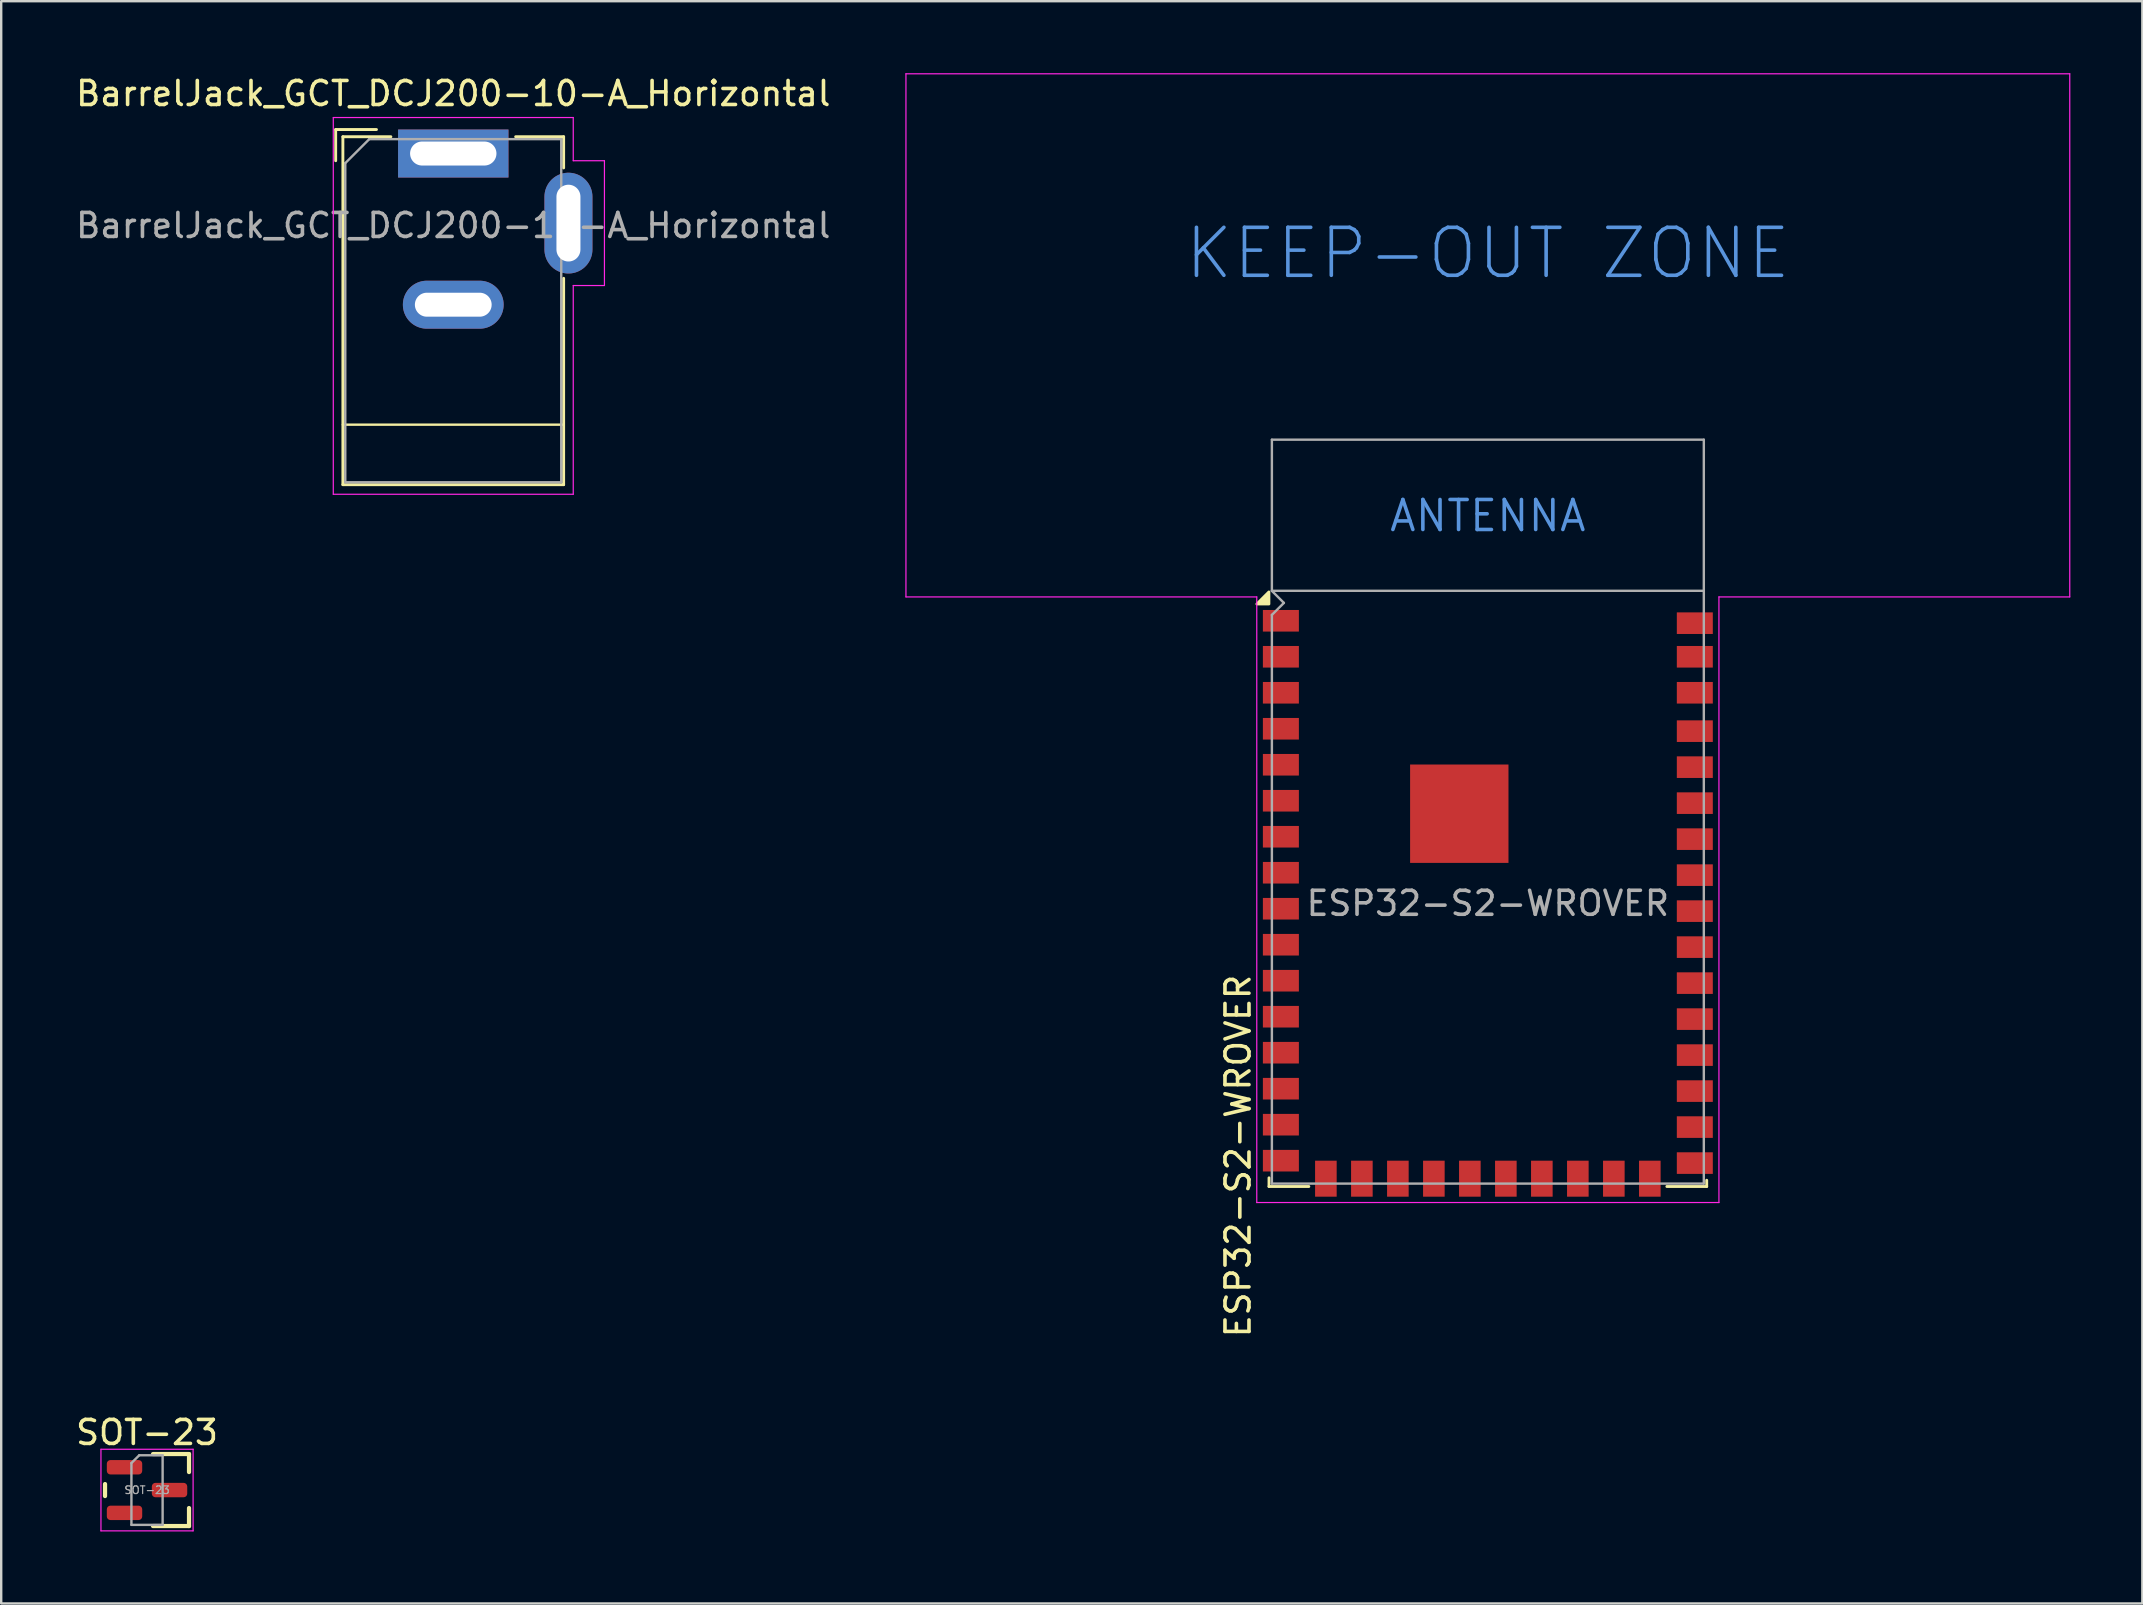
<source format=kicad_pcb>
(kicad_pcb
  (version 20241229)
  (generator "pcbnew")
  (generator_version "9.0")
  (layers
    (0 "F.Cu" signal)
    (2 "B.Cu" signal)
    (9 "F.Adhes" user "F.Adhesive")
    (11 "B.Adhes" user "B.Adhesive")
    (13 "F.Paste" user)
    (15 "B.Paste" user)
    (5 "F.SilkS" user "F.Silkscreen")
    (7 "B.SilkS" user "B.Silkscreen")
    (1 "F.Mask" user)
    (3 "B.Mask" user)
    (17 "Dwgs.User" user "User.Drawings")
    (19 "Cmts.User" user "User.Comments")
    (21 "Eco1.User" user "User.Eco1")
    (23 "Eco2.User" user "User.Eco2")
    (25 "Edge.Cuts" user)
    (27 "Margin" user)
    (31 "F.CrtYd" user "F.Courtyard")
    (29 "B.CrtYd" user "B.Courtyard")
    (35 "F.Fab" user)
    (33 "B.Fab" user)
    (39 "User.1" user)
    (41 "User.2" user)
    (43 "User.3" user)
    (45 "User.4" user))
  (footprint "ESP32-S2-WROVER"
    (layer "F.Cu")
    (at 58.954 34.595)
    (property "Reference" "ESP32-S2-WROVER" (at -10.41 10.53 90) (layer "F.SilkS") (effects (font (size 1 1) (thickness 0.15))))
    (attr smd)
    (fp_line (start -9.12 11.44) (end -9.12 11.8) (stroke (width 0.12) (type solid)) (layer "F.SilkS"))
    (fp_line (start -9.12 11.8) (end -7.46 11.8) (stroke (width 0.12) (type solid)) (layer "F.SilkS"))
    (fp_line (start 9.12 11.54) (end 9.12 11.8) (stroke (width 0.12) (type solid)) (layer "F.SilkS"))
    (fp_line (start 9.12 11.8) (end 7.46 11.8) (stroke (width 0.12) (type solid)) (layer "F.SilkS"))
    (fp_poly (pts (xy -9.125 -12.475) (xy -9.625 -12.475) (xy -9.125 -12.975) (xy -9.125 -12.475)) (stroke (width 0.12) (type solid)) (fill yes) (layer "F.SilkS"))
    (fp_line (start -24.25 -34.57) (end -24.25 -12.77) (stroke (width 0.05) (type solid)) (layer "F.CrtYd"))
    (fp_line (start -24.25 -12.77) (end -9.63 -12.77) (stroke (width 0.05) (type solid)) (layer "F.CrtYd"))
    (fp_line (start -9.63 -12.77) (end -9.63 12.47) (stroke (width 0.05) (type solid)) (layer "F.CrtYd"))
    (fp_line (start -9.63 12.47) (end 9.63 12.47) (stroke (width 0.05) (type solid)) (layer "F.CrtYd"))
    (fp_line (start 9.63 -12.77) (end 24.25 -12.77) (stroke (width 0.05) (type solid)) (layer "F.CrtYd"))
    (fp_line (start 9.63 12.47) (end 9.63 -12.77) (stroke (width 0.05) (type solid)) (layer "F.CrtYd"))
    (fp_line (start 24.25 -34.57) (end -24.25 -34.57) (stroke (width 0.05) (type solid)) (layer "F.CrtYd"))
    (fp_line (start 24.25 -12.77) (end 24.25 -34.57) (stroke (width 0.05) (type solid)) (layer "F.CrtYd"))
    (fp_line (start -9 -19.323) (end 9 -19.323) (stroke (width 0.1) (type solid)) (layer "F.Fab"))
    (fp_line (start -9 -19.32) (end -9 -13.02) (stroke (width 0.1) (type solid)) (layer "F.Fab"))
    (fp_line (start -9 -12.02) (end -9 11.68) (stroke (width 0.1) (type solid)) (layer "F.Fab"))
    (fp_line (start -9 -12.02) (end -8.5 -12.52) (stroke (width 0.1) (type solid)) (layer "F.Fab"))
    (fp_line (start -9 11.68) (end 9 11.68) (stroke (width 0.1) (type solid)) (layer "F.Fab"))
    (fp_line (start -8.5 -12.52) (end -9 -13.02) (stroke (width 0.1) (type solid)) (layer "F.Fab"))
    (fp_line (start 9 -19.32) (end 9 11.68) (stroke (width 0.1) (type solid)) (layer "F.Fab"))
    (fp_line (start 9 -13.023) (end -9 -13.023) (stroke (width 0.1) (type solid)) (layer "F.Fab"))
    (fp_text user "ANTENNA" (at 0 -16.15 0) (layer "Cmts.User") (effects (font (size 1.25 1.25) (thickness 0.15))))
    (fp_text user "KEEP-OUT ZONE" (at 0 -27.09 0) (layer "Cmts.User") (effects (font (size 2 2) (thickness 0.15))))
    (fp_text user "${REFERENCE}" (at 0 0 0) (layer "F.Fab") (effects (font (size 1 1) (thickness 0.15))))
    (pad "1" smd rect (at -8.625 -11.775) (size 1.5 0.9) (layers "F.Cu" "F.Mask" "F.Paste"))
    (pad "2" smd rect (at -8.625 -10.275) (size 1.5 0.9) (layers "F.Cu" "F.Mask" "F.Paste"))
    (pad "3" smd rect (at -8.625 -8.775) (size 1.5 0.9) (layers "F.Cu" "F.Mask" "F.Paste"))
    (pad "4" smd rect (at -8.625 -7.275) (size 1.5 0.9) (layers "F.Cu" "F.Mask" "F.Paste"))
    (pad "5" smd rect (at -8.625 -5.775) (size 1.5 0.9) (layers "F.Cu" "F.Mask" "F.Paste"))
    (pad "6" smd rect (at -8.625 -4.275) (size 1.5 0.9) (layers "F.Cu" "F.Mask" "F.Paste"))
    (pad "7" smd rect (at -8.625 -2.775) (size 1.5 0.9) (layers "F.Cu" "F.Mask" "F.Paste"))
    (pad "8" smd rect (at -8.625 -1.275) (size 1.5 0.9) (layers "F.Cu" "F.Mask" "F.Paste"))
    (pad "9" smd rect (at -8.625 0.225) (size 1.5 0.9) (layers "F.Cu" "F.Mask" "F.Paste"))
    (pad "10" smd rect (at -8.625 1.725) (size 1.5 0.9) (layers "F.Cu" "F.Mask" "F.Paste"))
    (pad "11" smd rect (at -8.625 3.225) (size 1.5 0.9) (layers "F.Cu" "F.Mask" "F.Paste"))
    (pad "12" smd rect (at -8.625 4.725) (size 1.5 0.9) (layers "F.Cu" "F.Mask" "F.Paste"))
    (pad "13" smd rect (at -8.625 6.225) (size 1.5 0.9) (layers "F.Cu" "F.Mask" "F.Paste"))
    (pad "14" smd rect (at -8.625 7.725) (size 1.5 0.9) (layers "F.Cu" "F.Mask" "F.Paste"))
    (pad "15" smd rect (at -8.625 9.225 180) (size 1.5 0.9) (layers "F.Cu" "F.Mask" "F.Paste"))
    (pad "16" smd rect (at -8.625 10.725 180) (size 1.5 0.9) (layers "F.Cu" "F.Mask" "F.Paste"))
    (pad "17" smd rect (at -6.75 11.475) (size 0.9 1.5) (layers "F.Cu" "F.Mask" "F.Paste"))
    (pad "18" smd rect (at -5.25 11.475) (size 0.9 1.5) (layers "F.Cu" "F.Mask" "F.Paste"))
    (pad "19" smd rect (at -3.75 11.475) (size 0.9 1.5) (layers "F.Cu" "F.Mask" "F.Paste"))
    (pad "20" smd rect (at -2.25 11.475) (size 0.9 1.5) (layers "F.Cu" "F.Mask" "F.Paste"))
    (pad "21" smd rect (at -0.75 11.475) (size 0.9 1.5) (layers "F.Cu" "F.Mask" "F.Paste"))
    (pad "22" smd rect (at 0.75 11.475) (size 0.9 1.5) (layers "F.Cu" "F.Mask" "F.Paste"))
    (pad "23" smd rect (at 2.25 11.475) (size 0.9 1.5) (layers "F.Cu" "F.Mask" "F.Paste"))
    (pad "24" smd rect (at 3.75 11.475) (size 0.9 1.5) (layers "F.Cu" "F.Mask" "F.Paste"))
    (pad "25" smd rect (at 5.25 11.475) (size 0.9 1.5) (layers "F.Cu" "F.Mask" "F.Paste"))
    (pad "26" smd rect (at 6.75 11.475) (size 0.9 1.5) (layers "F.Cu" "F.Mask" "F.Paste"))
    (pad "27" smd rect (at 8.625 10.825) (size 1.5 0.9) (layers "F.Cu" "F.Mask" "F.Paste"))
    (pad "28" smd rect (at 8.625 9.325) (size 1.5 0.9) (layers "F.Cu" "F.Mask" "F.Paste"))
    (pad "29" smd rect (at 8.625 7.825) (size 1.5 0.9) (layers "F.Cu" "F.Mask" "F.Paste"))
    (pad "30" smd rect (at 8.625 6.325) (size 1.5 0.9) (layers "F.Cu" "F.Mask" "F.Paste"))
    (pad "31" smd rect (at 8.625 4.825) (size 1.5 0.9) (layers "F.Cu" "F.Mask" "F.Paste"))
    (pad "32" smd rect (at 8.625 3.325) (size 1.5 0.9) (layers "F.Cu" "F.Mask" "F.Paste"))
    (pad "33" smd rect (at 8.625 1.825) (size 1.5 0.9) (layers "F.Cu" "F.Mask" "F.Paste"))
    (pad "34" smd rect (at 8.625 0.325) (size 1.5 0.9) (layers "F.Cu" "F.Mask" "F.Paste"))
    (pad "35" smd rect (at 8.625 -1.175) (size 1.5 0.9) (layers "F.Cu" "F.Mask" "F.Paste"))
    (pad "36" smd rect (at 8.625 -2.675) (size 1.5 0.9) (layers "F.Cu" "F.Mask" "F.Paste"))
    (pad "37" smd rect (at 8.625 -4.175) (size 1.5 0.9) (layers "F.Cu" "F.Mask" "F.Paste"))
    (pad "38" smd rect (at 8.625 -5.675) (size 1.5 0.9) (layers "F.Cu" "F.Mask" "F.Paste"))
    (pad "39" smd rect (at 8.625 -7.175) (size 1.5 0.9) (layers "F.Cu" "F.Mask" "F.Paste"))
    (pad "40" smd rect (at 8.625 -8.775) (size 1.5 0.9) (layers "F.Cu" "F.Mask" "F.Paste"))
    (pad "41" smd rect (at 8.625 -10.275) (size 1.5 0.9) (layers "F.Cu" "F.Mask" "F.Paste"))
    (pad "42" smd rect (at 8.625 -11.675) (size 1.5 0.9) (layers "F.Cu" "F.Mask" "F.Paste"))
    (pad "43" smd rect (at -1.19 -3.735) (size 4.1 4.1) (layers "F.Cu" "F.Mask" "F.Paste"))
    (zone (net_name "") (layers "F.Cu" "B.Cu") (hatch full 0.508) (connect_pads) (min_thickness 0.254) (filled_areas_thickness no) (keepout (tracks not_allowed) (vias not_allowed) (pads not_allowed) (copperpour not_allowed) (footprints not_allowed)) (placement (enabled no)) (fill) (polygon (pts (xy 34.954 21.572) (xy 82.954 21.572) (xy 82.954 0.272) (xy 34.954 0.272)))))
  (footprint "SOT-23"
    (layer "F.Cu")
    (at 3.077 59.046)
    (property "Reference" "SOT-23" (at 0 -2.4 0) (layer "F.SilkS") (effects (font (size 1 1) (thickness 0.15))))
    (attr smd)
    (fp_line (start -1.75 0.25) (end -1.75 -0.25) (stroke (width 0.175) (type default)) (layer "F.SilkS"))
    (fp_line (start 0.25 -1.5) (end 1.75 -1.5) (stroke (width 0.175) (type default)) (layer "F.SilkS"))
    (fp_line (start 1.75 -1.5) (end 1.75 -0.75) (stroke (width 0.175) (type default)) (layer "F.SilkS"))
    (fp_line (start 1.75 0.75) (end 1.75 1.5) (stroke (width 0.175) (type default)) (layer "F.SilkS"))
    (fp_line (start 1.75 1.5) (end 0.25 1.5) (stroke (width 0.175) (type default)) (layer "F.SilkS"))
    (fp_line (start -1.92 -1.7) (end -1.92 1.7) (stroke (width 0.05) (type solid)) (layer "F.CrtYd"))
    (fp_line (start -1.92 1.7) (end 1.92 1.7) (stroke (width 0.05) (type solid)) (layer "F.CrtYd"))
    (fp_line (start 1.92 -1.7) (end -1.92 -1.7) (stroke (width 0.05) (type solid)) (layer "F.CrtYd"))
    (fp_line (start 1.92 1.7) (end 1.92 -1.7) (stroke (width 0.05) (type solid)) (layer "F.CrtYd"))
    (fp_line (start -0.65 -1.125) (end -0.325 -1.45) (stroke (width 0.1) (type solid)) (layer "F.Fab"))
    (fp_line (start -0.65 1.45) (end -0.65 -1.125) (stroke (width 0.1) (type solid)) (layer "F.Fab"))
    (fp_line (start -0.325 -1.45) (end 0.65 -1.45) (stroke (width 0.1) (type solid)) (layer "F.Fab"))
    (fp_line (start 0.65 -1.45) (end 0.65 1.45) (stroke (width 0.1) (type solid)) (layer "F.Fab"))
    (fp_line (start 0.65 1.45) (end -0.65 1.45) (stroke (width 0.1) (type solid)) (layer "F.Fab"))
    (fp_text user "${REFERENCE}" (at 0 0 0) (layer "F.Fab") (effects (font (size 0.32 0.32) (thickness 0.05))))
    (pad "1" smd roundrect (at -0.938 -0.95) (size 1.475 0.6) (layers "F.Cu" "F.Mask" "F.Paste") (roundrect_rratio 0.25))
    (pad "2" smd roundrect (at -0.938 0.95) (size 1.475 0.6) (layers "F.Cu" "F.Mask" "F.Paste") (roundrect_rratio 0.25))
    (pad "3" smd roundrect (at 0.938 0) (size 1.475 0.6) (layers "F.Cu" "F.Mask" "F.Paste") (roundrect_rratio 0.25)))
  (footprint "BarrelJack_GCT_DCJ200-10-A_Horizontal"
    (layer "F.Cu")
    (at 15.839 3.348)
    (property "Reference" "BarrelJack_GCT_DCJ200-10-A_Horizontal" (at 0 -2.5 0) (layer "F.SilkS") (effects (font (size 1 1) (thickness 0.15))))
    (attr through_hole)
    (fp_line (start -4.9 -1) (end -4.9 0.3) (stroke (width 0.12) (type solid)) (layer "F.SilkS"))
    (fp_line (start -4.6 -0.7) (end -2.6 -0.7) (stroke (width 0.12) (type solid)) (layer "F.SilkS"))
    (fp_line (start -4.6 11.3) (end 4.6 11.3) (stroke (width 0.1) (type default)) (layer "F.SilkS"))
    (fp_line (start -4.6 13.8) (end -4.6 -0.7) (stroke (width 0.12) (type solid)) (layer "F.SilkS"))
    (fp_line (start -3.2 -1) (end -4.9 -1) (stroke (width 0.12) (type solid)) (layer "F.SilkS"))
    (fp_line (start 2.6 -0.7) (end 4.6 -0.7) (stroke (width 0.12) (type solid)) (layer "F.SilkS"))
    (fp_line (start 4.6 -0.7) (end 4.6 0.6) (stroke (width 0.12) (type solid)) (layer "F.SilkS"))
    (fp_line (start 4.6 5.2) (end 4.6 13.8) (stroke (width 0.12) (type solid)) (layer "F.SilkS"))
    (fp_line (start 4.6 13.8) (end -4.6 13.8) (stroke (width 0.12) (type solid)) (layer "F.SilkS"))
    (fp_line (start -5 -1.5) (end -5 14.2) (stroke (width 0.05) (type solid)) (layer "F.CrtYd"))
    (fp_line (start -5 14.2) (end 5 14.2) (stroke (width 0.05) (type solid)) (layer "F.CrtYd"))
    (fp_line (start 5 -1.5) (end -5 -1.5) (stroke (width 0.05) (type solid)) (layer "F.CrtYd"))
    (fp_line (start 5 0.3) (end 5 -1.5) (stroke (width 0.05) (type solid)) (layer "F.CrtYd"))
    (fp_line (start 5 14.2) (end 5 5.5) (stroke (width 0.05) (type solid)) (layer "F.CrtYd"))
    (fp_line (start 6.3 0.3) (end 5 0.3) (stroke (width 0.05) (type solid)) (layer "F.CrtYd"))
    (fp_line (start 6.3 0.3) (end 6.3 5.5) (stroke (width 0.05) (type solid)) (layer "F.CrtYd"))
    (fp_line (start 6.3 5.5) (end 5 5.5) (stroke (width 0.05) (type solid)) (layer "F.CrtYd"))
    (fp_line (start -4.5 0.4) (end -3.5 -0.6) (stroke (width 0.1) (type solid)) (layer "F.Fab"))
    (fp_line (start -4.5 13.7) (end -4.5 0.4) (stroke (width 0.1) (type solid)) (layer "F.Fab"))
    (fp_line (start 4.5 -0.6) (end -3.5 -0.6) (stroke (width 0.1) (type solid)) (layer "F.Fab"))
    (fp_line (start 4.5 -0.6) (end 4.5 13.7) (stroke (width 0.1) (type solid)) (layer "F.Fab"))
    (fp_line (start 4.5 13.7) (end -4.5 13.7) (stroke (width 0.1) (type solid)) (layer "F.Fab"))
    (fp_text user "${REFERENCE}" (at 0 3 0) (layer "F.Fab") (effects (font (size 1 1) (thickness 0.15))))
    (pad "1" thru_hole rect (at 0 0) (size 4.6 2) (drill oval 3.6 1) (layers "*.Cu" "*.Mask"))
    (pad "2" thru_hole oval (at 0 6.3) (size 4.2 2) (drill oval 3.2 1) (layers "*.Cu" "*.Mask"))
    (pad "3" thru_hole oval (at 4.8 2.9) (size 2 4.2) (drill oval 1 3.2) (layers "*.Cu" "*.Mask")))
  (gr_rect
    (start -3 -3)
    (end 86.229 63.771)
    (stroke (width 0.1) (type default))
    (fill no)
    (layer "Edge.Cuts")))
</source>
